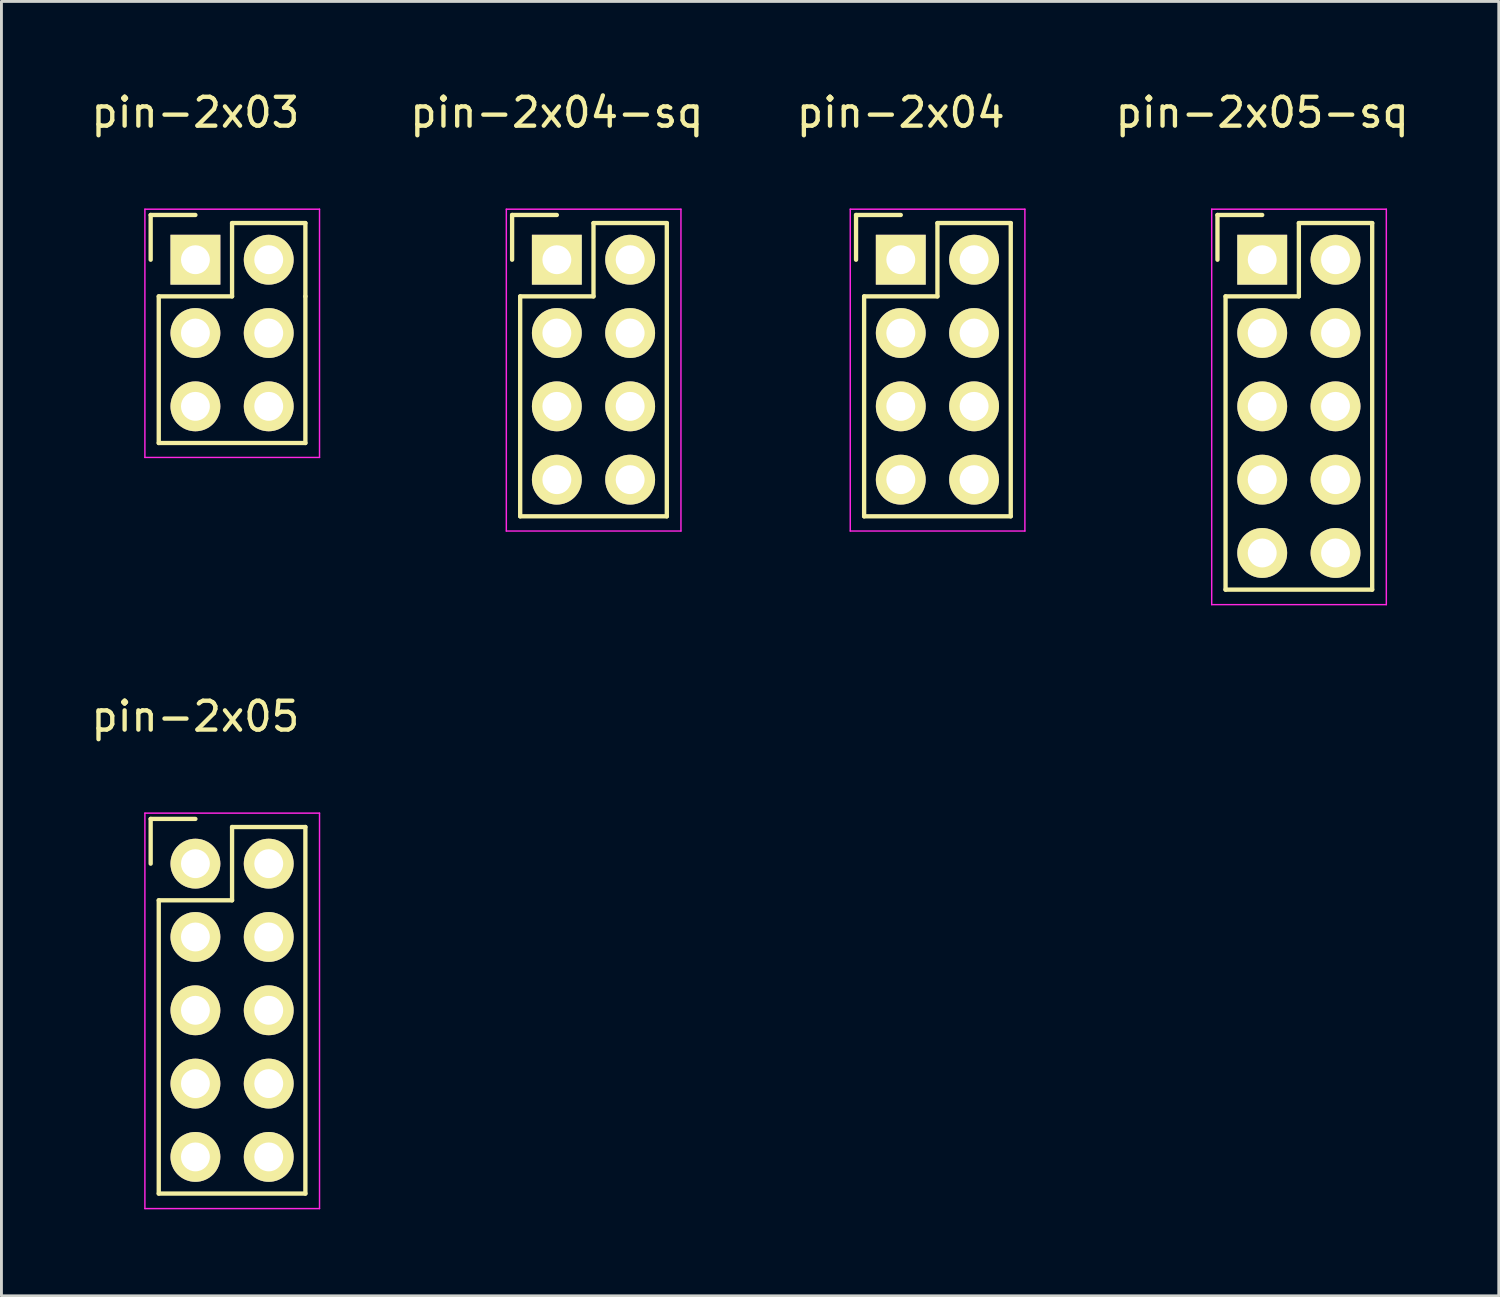
<source format=kicad_pcb>
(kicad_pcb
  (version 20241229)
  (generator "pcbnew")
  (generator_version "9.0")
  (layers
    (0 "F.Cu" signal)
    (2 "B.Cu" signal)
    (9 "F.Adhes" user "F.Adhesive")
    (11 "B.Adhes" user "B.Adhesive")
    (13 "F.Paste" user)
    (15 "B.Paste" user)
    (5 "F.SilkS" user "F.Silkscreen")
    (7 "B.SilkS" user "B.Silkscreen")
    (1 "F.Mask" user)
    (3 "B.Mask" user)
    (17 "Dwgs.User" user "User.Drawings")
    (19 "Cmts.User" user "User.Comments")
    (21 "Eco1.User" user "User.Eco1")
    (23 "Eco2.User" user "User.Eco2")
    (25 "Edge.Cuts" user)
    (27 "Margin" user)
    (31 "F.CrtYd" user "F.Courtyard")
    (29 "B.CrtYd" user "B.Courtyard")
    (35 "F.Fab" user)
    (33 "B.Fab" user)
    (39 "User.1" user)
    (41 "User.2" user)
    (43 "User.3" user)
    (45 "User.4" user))
  (footprint "pin-2x05"
    (layer "F.Cu")
    (at 3.72 26.872)
    (property "Reference" "pin-2x05" (at 0 -5.1 0) (layer "F.SilkS") (effects (font (size 1 1) (thickness 0.15))))
    (attr through_hole)
    (fp_line (start -1.55 -1.55) (end -1.55 0) (stroke (width 0.15) (type solid)) (layer "F.SilkS"))
    (fp_line (start -1.27 11.43) (end -1.27 1.27) (stroke (width 0.15) (type solid)) (layer "F.SilkS"))
    (fp_line (start 0 -1.55) (end -1.55 -1.55) (stroke (width 0.15) (type solid)) (layer "F.SilkS"))
    (fp_line (start 1.27 -1.27) (end 1.27 1.27) (stroke (width 0.15) (type solid)) (layer "F.SilkS"))
    (fp_line (start 1.27 1.27) (end -1.27 1.27) (stroke (width 0.15) (type solid)) (layer "F.SilkS"))
    (fp_line (start 3.81 -1.27) (end 1.27 -1.27) (stroke (width 0.15) (type solid)) (layer "F.SilkS"))
    (fp_line (start 3.81 -1.27) (end 3.81 11.43) (stroke (width 0.15) (type solid)) (layer "F.SilkS"))
    (fp_line (start 3.81 11.43) (end -1.27 11.43) (stroke (width 0.15) (type solid)) (layer "F.SilkS"))
    (fp_line (start -1.75 -1.75) (end -1.75 11.95) (stroke (width 0.05) (type solid)) (layer "F.CrtYd"))
    (fp_line (start -1.75 -1.75) (end 4.3 -1.75) (stroke (width 0.05) (type solid)) (layer "F.CrtYd"))
    (fp_line (start -1.75 11.95) (end 4.3 11.95) (stroke (width 0.05) (type solid)) (layer "F.CrtYd"))
    (fp_line (start 4.3 -1.75) (end 4.3 11.95) (stroke (width 0.05) (type solid)) (layer "F.CrtYd"))
    (pad "1" thru_hole oval (at 0 0) (size 1.727 1.727) (drill 1) (layers "*.Cu" "*.Mask" "F.SilkS"))
    (pad "2" thru_hole oval (at 2.54 0) (size 1.727 1.727) (drill 1) (layers "*.Cu" "*.Mask" "F.SilkS"))
    (pad "3" thru_hole oval (at 0 2.54) (size 1.727 1.727) (drill 1) (layers "*.Cu" "*.Mask" "F.SilkS"))
    (pad "4" thru_hole oval (at 2.54 2.54) (size 1.727 1.727) (drill 1) (layers "*.Cu" "*.Mask" "F.SilkS"))
    (pad "5" thru_hole oval (at 0 5.08) (size 1.727 1.727) (drill 1) (layers "*.Cu" "*.Mask" "F.SilkS"))
    (pad "6" thru_hole oval (at 2.54 5.08) (size 1.727 1.727) (drill 1) (layers "*.Cu" "*.Mask" "F.SilkS"))
    (pad "7" thru_hole oval (at 0 7.62) (size 1.727 1.727) (drill 1) (layers "*.Cu" "*.Mask" "F.SilkS"))
    (pad "8" thru_hole oval (at 2.54 7.62) (size 1.727 1.727) (drill 1) (layers "*.Cu" "*.Mask" "F.SilkS"))
    (pad "9" thru_hole oval (at 0 10.16) (size 1.727 1.727) (drill 1) (layers "*.Cu" "*.Mask" "F.SilkS"))
    (pad "10" thru_hole oval (at 2.54 10.16) (size 1.727 1.727) (drill 1) (layers "*.Cu" "*.Mask" "F.SilkS")))
  (footprint "pin-2x04"
    (layer "F.Cu")
    (at 28.158 5.948)
    (property "Reference" "pin-2x04" (at 0 -5.1 0) (layer "F.SilkS") (effects (font (size 1 1) (thickness 0.15))))
    (attr through_hole)
    (fp_line (start -1.55 -1.55) (end -1.55 0) (stroke (width 0.15) (type solid)) (layer "F.SilkS"))
    (fp_line (start -1.27 1.27) (end -1.27 8.89) (stroke (width 0.15) (type solid)) (layer "F.SilkS"))
    (fp_line (start -1.27 8.89) (end 3.81 8.89) (stroke (width 0.15) (type solid)) (layer "F.SilkS"))
    (fp_line (start 0 -1.55) (end -1.55 -1.55) (stroke (width 0.15) (type solid)) (layer "F.SilkS"))
    (fp_line (start 1.27 -1.27) (end 1.27 1.27) (stroke (width 0.15) (type solid)) (layer "F.SilkS"))
    (fp_line (start 1.27 1.27) (end -1.27 1.27) (stroke (width 0.15) (type solid)) (layer "F.SilkS"))
    (fp_line (start 3.81 -1.27) (end 1.27 -1.27) (stroke (width 0.15) (type solid)) (layer "F.SilkS"))
    (fp_line (start 3.81 8.89) (end 3.81 -1.27) (stroke (width 0.15) (type solid)) (layer "F.SilkS"))
    (fp_line (start -1.75 -1.75) (end -1.75 9.4) (stroke (width 0.05) (type solid)) (layer "F.CrtYd"))
    (fp_line (start -1.75 -1.75) (end 4.3 -1.75) (stroke (width 0.05) (type solid)) (layer "F.CrtYd"))
    (fp_line (start -1.75 9.4) (end 4.3 9.4) (stroke (width 0.05) (type solid)) (layer "F.CrtYd"))
    (fp_line (start 4.3 -1.75) (end 4.3 9.4) (stroke (width 0.05) (type solid)) (layer "F.CrtYd"))
    (pad "1" thru_hole rect (at 0 0) (size 1.727 1.727) (drill 1) (layers "*.Cu" "*.Mask" "F.SilkS"))
    (pad "2" thru_hole oval (at 2.54 0) (size 1.727 1.727) (drill 1) (layers "*.Cu" "*.Mask" "F.SilkS"))
    (pad "3" thru_hole oval (at 0 2.54) (size 1.727 1.727) (drill 1) (layers "*.Cu" "*.Mask" "F.SilkS"))
    (pad "4" thru_hole oval (at 2.54 2.54) (size 1.727 1.727) (drill 1) (layers "*.Cu" "*.Mask" "F.SilkS"))
    (pad "5" thru_hole oval (at 0 5.08) (size 1.727 1.727) (drill 1) (layers "*.Cu" "*.Mask" "F.SilkS"))
    (pad "6" thru_hole oval (at 2.54 5.08) (size 1.727 1.727) (drill 1) (layers "*.Cu" "*.Mask" "F.SilkS"))
    (pad "7" thru_hole oval (at 0 7.62) (size 1.727 1.727) (drill 1) (layers "*.Cu" "*.Mask" "F.SilkS"))
    (pad "8" thru_hole oval (at 2.54 7.62) (size 1.727 1.727) (drill 1) (layers "*.Cu" "*.Mask" "F.SilkS")))
  (footprint "pin-2x05-sq"
    (layer "F.Cu")
    (at 40.68 5.948)
    (property "Reference" "pin-2x05-sq" (at 0 -5.1 0) (layer "F.SilkS") (effects (font (size 1 1) (thickness 0.15))))
    (attr through_hole)
    (fp_line (start -1.55 -1.55) (end -1.55 0) (stroke (width 0.15) (type solid)) (layer "F.SilkS"))
    (fp_line (start -1.27 11.43) (end -1.27 1.27) (stroke (width 0.15) (type solid)) (layer "F.SilkS"))
    (fp_line (start 0 -1.55) (end -1.55 -1.55) (stroke (width 0.15) (type solid)) (layer "F.SilkS"))
    (fp_line (start 1.27 -1.27) (end 1.27 1.27) (stroke (width 0.15) (type solid)) (layer "F.SilkS"))
    (fp_line (start 1.27 1.27) (end -1.27 1.27) (stroke (width 0.15) (type solid)) (layer "F.SilkS"))
    (fp_line (start 3.81 -1.27) (end 1.27 -1.27) (stroke (width 0.15) (type solid)) (layer "F.SilkS"))
    (fp_line (start 3.81 -1.27) (end 3.81 11.43) (stroke (width 0.15) (type solid)) (layer "F.SilkS"))
    (fp_line (start 3.81 11.43) (end -1.27 11.43) (stroke (width 0.15) (type solid)) (layer "F.SilkS"))
    (fp_line (start -1.75 -1.75) (end -1.75 11.95) (stroke (width 0.05) (type solid)) (layer "F.CrtYd"))
    (fp_line (start -1.75 -1.75) (end 4.3 -1.75) (stroke (width 0.05) (type solid)) (layer "F.CrtYd"))
    (fp_line (start -1.75 11.95) (end 4.3 11.95) (stroke (width 0.05) (type solid)) (layer "F.CrtYd"))
    (fp_line (start 4.3 -1.75) (end 4.3 11.95) (stroke (width 0.05) (type solid)) (layer "F.CrtYd"))
    (pad "1" thru_hole rect (at 0 0) (size 1.727 1.727) (drill 1) (layers "*.Cu" "*.Mask" "F.SilkS"))
    (pad "2" thru_hole oval (at 2.54 0) (size 1.727 1.727) (drill 1) (layers "*.Cu" "*.Mask" "F.SilkS"))
    (pad "3" thru_hole oval (at 0 2.54) (size 1.727 1.727) (drill 1) (layers "*.Cu" "*.Mask" "F.SilkS"))
    (pad "4" thru_hole oval (at 2.54 2.54) (size 1.727 1.727) (drill 1) (layers "*.Cu" "*.Mask" "F.SilkS"))
    (pad "5" thru_hole oval (at 0 5.08) (size 1.727 1.727) (drill 1) (layers "*.Cu" "*.Mask" "F.SilkS"))
    (pad "6" thru_hole oval (at 2.54 5.08) (size 1.727 1.727) (drill 1) (layers "*.Cu" "*.Mask" "F.SilkS"))
    (pad "7" thru_hole oval (at 0 7.62) (size 1.727 1.727) (drill 1) (layers "*.Cu" "*.Mask" "F.SilkS"))
    (pad "8" thru_hole oval (at 2.54 7.62) (size 1.727 1.727) (drill 1) (layers "*.Cu" "*.Mask" "F.SilkS"))
    (pad "9" thru_hole oval (at 0 10.16) (size 1.727 1.727) (drill 1) (layers "*.Cu" "*.Mask" "F.SilkS"))
    (pad "10" thru_hole oval (at 2.54 10.16) (size 1.727 1.727) (drill 1) (layers "*.Cu" "*.Mask" "F.SilkS")))
  (footprint "pin-2x04-sq"
    (layer "F.Cu")
    (at 16.242 5.948)
    (property "Reference" "pin-2x04-sq" (at 0 -5.1 0) (layer "F.SilkS") (effects (font (size 1 1) (thickness 0.15))))
    (attr through_hole)
    (fp_line (start -1.55 -1.55) (end -1.55 0) (stroke (width 0.15) (type solid)) (layer "F.SilkS"))
    (fp_line (start -1.27 1.27) (end -1.27 8.89) (stroke (width 0.15) (type solid)) (layer "F.SilkS"))
    (fp_line (start -1.27 8.89) (end 3.81 8.89) (stroke (width 0.15) (type solid)) (layer "F.SilkS"))
    (fp_line (start 0 -1.55) (end -1.55 -1.55) (stroke (width 0.15) (type solid)) (layer "F.SilkS"))
    (fp_line (start 1.27 -1.27) (end 1.27 1.27) (stroke (width 0.15) (type solid)) (layer "F.SilkS"))
    (fp_line (start 1.27 1.27) (end -1.27 1.27) (stroke (width 0.15) (type solid)) (layer "F.SilkS"))
    (fp_line (start 3.81 -1.27) (end 1.27 -1.27) (stroke (width 0.15) (type solid)) (layer "F.SilkS"))
    (fp_line (start 3.81 8.89) (end 3.81 -1.27) (stroke (width 0.15) (type solid)) (layer "F.SilkS"))
    (fp_line (start -1.75 -1.75) (end -1.75 9.4) (stroke (width 0.05) (type solid)) (layer "F.CrtYd"))
    (fp_line (start -1.75 -1.75) (end 4.3 -1.75) (stroke (width 0.05) (type solid)) (layer "F.CrtYd"))
    (fp_line (start -1.75 9.4) (end 4.3 9.4) (stroke (width 0.05) (type solid)) (layer "F.CrtYd"))
    (fp_line (start 4.3 -1.75) (end 4.3 9.4) (stroke (width 0.05) (type solid)) (layer "F.CrtYd"))
    (pad "1" thru_hole rect (at 0 0) (size 1.727 1.727) (drill 1) (layers "*.Cu" "*.Mask" "F.SilkS"))
    (pad "2" thru_hole oval (at 2.54 0) (size 1.727 1.727) (drill 1) (layers "*.Cu" "*.Mask" "F.SilkS"))
    (pad "3" thru_hole oval (at 0 2.54) (size 1.727 1.727) (drill 1) (layers "*.Cu" "*.Mask" "F.SilkS"))
    (pad "4" thru_hole oval (at 2.54 2.54) (size 1.727 1.727) (drill 1) (layers "*.Cu" "*.Mask" "F.SilkS"))
    (pad "5" thru_hole oval (at 0 5.08) (size 1.727 1.727) (drill 1) (layers "*.Cu" "*.Mask" "F.SilkS"))
    (pad "6" thru_hole oval (at 2.54 5.08) (size 1.727 1.727) (drill 1) (layers "*.Cu" "*.Mask" "F.SilkS"))
    (pad "7" thru_hole oval (at 0 7.62) (size 1.727 1.727) (drill 1) (layers "*.Cu" "*.Mask" "F.SilkS"))
    (pad "8" thru_hole oval (at 2.54 7.62) (size 1.727 1.727) (drill 1) (layers "*.Cu" "*.Mask" "F.SilkS")))
  (footprint "pin-2x03"
    (layer "F.Cu")
    (at 3.72 5.948)
    (property "Reference" "pin-2x03" (at 0 -5.1 0) (layer "F.SilkS") (effects (font (size 1 1) (thickness 0.15))))
    (attr through_hole)
    (fp_line (start -1.55 -1.55) (end -1.55 0) (stroke (width 0.15) (type solid)) (layer "F.SilkS"))
    (fp_line (start -1.55 -1.55) (end 0 -1.55) (stroke (width 0.15) (type solid)) (layer "F.SilkS"))
    (fp_line (start -1.27 1.27) (end -1.27 6.35) (stroke (width 0.15) (type solid)) (layer "F.SilkS"))
    (fp_line (start -1.27 6.35) (end 3.81 6.35) (stroke (width 0.15) (type solid)) (layer "F.SilkS"))
    (fp_line (start 1.27 -1.27) (end 1.27 1.27) (stroke (width 0.15) (type solid)) (layer "F.SilkS"))
    (fp_line (start 1.27 1.27) (end -1.27 1.27) (stroke (width 0.15) (type solid)) (layer "F.SilkS"))
    (fp_line (start 3.81 -1.27) (end 1.27 -1.27) (stroke (width 0.15) (type solid)) (layer "F.SilkS"))
    (fp_line (start 3.81 1.27) (end 3.81 -1.27) (stroke (width 0.15) (type solid)) (layer "F.SilkS"))
    (fp_line (start 3.81 6.35) (end 3.81 1.27) (stroke (width 0.15) (type solid)) (layer "F.SilkS"))
    (fp_line (start -1.75 -1.75) (end -1.75 6.85) (stroke (width 0.05) (type solid)) (layer "F.CrtYd"))
    (fp_line (start -1.75 -1.75) (end 4.3 -1.75) (stroke (width 0.05) (type solid)) (layer "F.CrtYd"))
    (fp_line (start -1.75 6.85) (end 4.3 6.85) (stroke (width 0.05) (type solid)) (layer "F.CrtYd"))
    (fp_line (start 4.3 -1.75) (end 4.3 6.85) (stroke (width 0.05) (type solid)) (layer "F.CrtYd"))
    (pad "1" thru_hole rect (at 0 0) (size 1.727 1.727) (drill 1) (layers "*.Cu" "*.Mask" "F.SilkS"))
    (pad "2" thru_hole oval (at 2.54 0) (size 1.727 1.727) (drill 1) (layers "*.Cu" "*.Mask" "F.SilkS"))
    (pad "3" thru_hole oval (at 0 2.54) (size 1.727 1.727) (drill 1) (layers "*.Cu" "*.Mask" "F.SilkS"))
    (pad "4" thru_hole oval (at 2.54 2.54) (size 1.727 1.727) (drill 1) (layers "*.Cu" "*.Mask" "F.SilkS"))
    (pad "5" thru_hole oval (at 0 5.08) (size 1.727 1.727) (drill 1) (layers "*.Cu" "*.Mask" "F.SilkS"))
    (pad "6" thru_hole oval (at 2.54 5.08) (size 1.727 1.727) (drill 1) (layers "*.Cu" "*.Mask" "F.SilkS")))
  (gr_rect
    (start -3 -3)
    (end 48.876 41.846)
    (stroke (width 0.1) (type default))
    (fill no)
    (layer "Edge.Cuts")))
</source>
